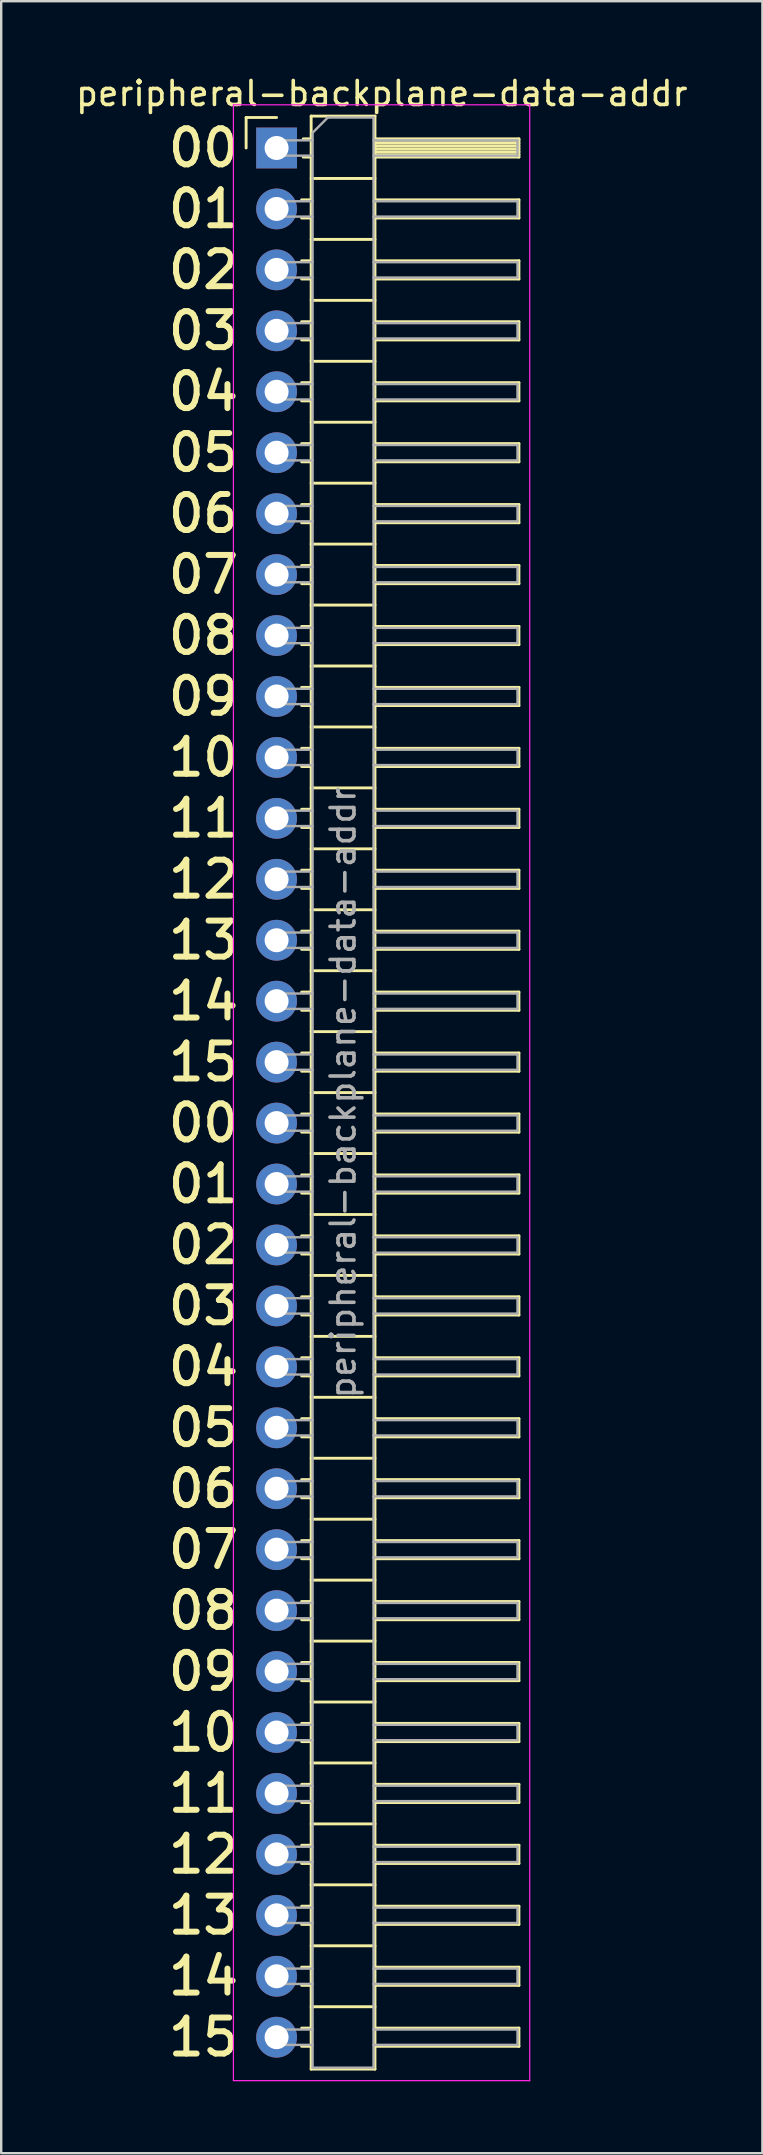
<source format=kicad_pcb>
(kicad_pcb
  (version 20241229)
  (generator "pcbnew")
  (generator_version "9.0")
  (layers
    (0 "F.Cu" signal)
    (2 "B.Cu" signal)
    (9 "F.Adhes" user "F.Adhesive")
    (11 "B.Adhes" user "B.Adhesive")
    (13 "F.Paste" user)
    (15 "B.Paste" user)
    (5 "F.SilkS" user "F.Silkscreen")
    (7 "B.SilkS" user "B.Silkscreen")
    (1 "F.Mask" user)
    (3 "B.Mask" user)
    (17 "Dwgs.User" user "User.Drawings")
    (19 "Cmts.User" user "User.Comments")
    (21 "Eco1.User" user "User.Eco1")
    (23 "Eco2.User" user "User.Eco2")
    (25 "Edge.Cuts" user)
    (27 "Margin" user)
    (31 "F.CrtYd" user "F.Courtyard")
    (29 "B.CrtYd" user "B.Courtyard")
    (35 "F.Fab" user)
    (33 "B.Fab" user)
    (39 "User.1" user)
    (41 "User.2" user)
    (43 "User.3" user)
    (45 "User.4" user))
  (footprint "peripheral-backplane-data-addr"
    (layer "F.Cu")
    (at 8.478 3.118)
    (property "Reference" "peripheral-backplane-data-addr" (at 4.385 -2.27 0) (layer "F.SilkS") (effects (font (size 1 1) (thickness 0.15))))
    (attr through_hole)
    (fp_line (start -1.27 -1.27) (end 0 -1.27) (stroke (width 0.12) (type solid)) (layer "F.SilkS"))
    (fp_line (start -1.27 0) (end -1.27 -1.27) (stroke (width 0.12) (type solid)) (layer "F.SilkS"))
    (fp_line (start 1.043 2.16) (end 1.44 2.16) (stroke (width 0.12) (type solid)) (layer "F.SilkS"))
    (fp_line (start 1.043 2.92) (end 1.44 2.92) (stroke (width 0.12) (type solid)) (layer "F.SilkS"))
    (fp_line (start 1.043 4.7) (end 1.44 4.7) (stroke (width 0.12) (type solid)) (layer "F.SilkS"))
    (fp_line (start 1.043 5.46) (end 1.44 5.46) (stroke (width 0.12) (type solid)) (layer "F.SilkS"))
    (fp_line (start 1.043 7.24) (end 1.44 7.24) (stroke (width 0.12) (type solid)) (layer "F.SilkS"))
    (fp_line (start 1.043 8) (end 1.44 8) (stroke (width 0.12) (type solid)) (layer "F.SilkS"))
    (fp_line (start 1.043 9.78) (end 1.44 9.78) (stroke (width 0.12) (type solid)) (layer "F.SilkS"))
    (fp_line (start 1.043 10.54) (end 1.44 10.54) (stroke (width 0.12) (type solid)) (layer "F.SilkS"))
    (fp_line (start 1.043 12.32) (end 1.44 12.32) (stroke (width 0.12) (type solid)) (layer "F.SilkS"))
    (fp_line (start 1.043 13.08) (end 1.44 13.08) (stroke (width 0.12) (type solid)) (layer "F.SilkS"))
    (fp_line (start 1.043 14.86) (end 1.44 14.86) (stroke (width 0.12) (type solid)) (layer "F.SilkS"))
    (fp_line (start 1.043 15.62) (end 1.44 15.62) (stroke (width 0.12) (type solid)) (layer "F.SilkS"))
    (fp_line (start 1.043 17.4) (end 1.44 17.4) (stroke (width 0.12) (type solid)) (layer "F.SilkS"))
    (fp_line (start 1.043 18.16) (end 1.44 18.16) (stroke (width 0.12) (type solid)) (layer "F.SilkS"))
    (fp_line (start 1.043 19.94) (end 1.44 19.94) (stroke (width 0.12) (type solid)) (layer "F.SilkS"))
    (fp_line (start 1.043 20.7) (end 1.44 20.7) (stroke (width 0.12) (type solid)) (layer "F.SilkS"))
    (fp_line (start 1.043 22.48) (end 1.44 22.48) (stroke (width 0.12) (type solid)) (layer "F.SilkS"))
    (fp_line (start 1.043 23.24) (end 1.44 23.24) (stroke (width 0.12) (type solid)) (layer "F.SilkS"))
    (fp_line (start 1.043 25.02) (end 1.44 25.02) (stroke (width 0.12) (type solid)) (layer "F.SilkS"))
    (fp_line (start 1.043 25.78) (end 1.44 25.78) (stroke (width 0.12) (type solid)) (layer "F.SilkS"))
    (fp_line (start 1.043 27.56) (end 1.44 27.56) (stroke (width 0.12) (type solid)) (layer "F.SilkS"))
    (fp_line (start 1.043 28.32) (end 1.44 28.32) (stroke (width 0.12) (type solid)) (layer "F.SilkS"))
    (fp_line (start 1.043 30.1) (end 1.44 30.1) (stroke (width 0.12) (type solid)) (layer "F.SilkS"))
    (fp_line (start 1.043 30.86) (end 1.44 30.86) (stroke (width 0.12) (type solid)) (layer "F.SilkS"))
    (fp_line (start 1.043 32.64) (end 1.44 32.64) (stroke (width 0.12) (type solid)) (layer "F.SilkS"))
    (fp_line (start 1.043 33.4) (end 1.44 33.4) (stroke (width 0.12) (type solid)) (layer "F.SilkS"))
    (fp_line (start 1.043 35.18) (end 1.44 35.18) (stroke (width 0.12) (type solid)) (layer "F.SilkS"))
    (fp_line (start 1.043 35.94) (end 1.44 35.94) (stroke (width 0.12) (type solid)) (layer "F.SilkS"))
    (fp_line (start 1.043 37.72) (end 1.44 37.72) (stroke (width 0.12) (type solid)) (layer "F.SilkS"))
    (fp_line (start 1.043 38.48) (end 1.44 38.48) (stroke (width 0.12) (type solid)) (layer "F.SilkS"))
    (fp_line (start 1.043 40.26) (end 1.44 40.26) (stroke (width 0.12) (type solid)) (layer "F.SilkS"))
    (fp_line (start 1.043 41.02) (end 1.44 41.02) (stroke (width 0.12) (type solid)) (layer "F.SilkS"))
    (fp_line (start 1.043 42.8) (end 1.44 42.8) (stroke (width 0.12) (type solid)) (layer "F.SilkS"))
    (fp_line (start 1.043 43.56) (end 1.44 43.56) (stroke (width 0.12) (type solid)) (layer "F.SilkS"))
    (fp_line (start 1.043 45.34) (end 1.44 45.34) (stroke (width 0.12) (type solid)) (layer "F.SilkS"))
    (fp_line (start 1.043 46.1) (end 1.44 46.1) (stroke (width 0.12) (type solid)) (layer "F.SilkS"))
    (fp_line (start 1.043 47.88) (end 1.44 47.88) (stroke (width 0.12) (type solid)) (layer "F.SilkS"))
    (fp_line (start 1.043 48.64) (end 1.44 48.64) (stroke (width 0.12) (type solid)) (layer "F.SilkS"))
    (fp_line (start 1.043 50.42) (end 1.44 50.42) (stroke (width 0.12) (type solid)) (layer "F.SilkS"))
    (fp_line (start 1.043 51.18) (end 1.44 51.18) (stroke (width 0.12) (type solid)) (layer "F.SilkS"))
    (fp_line (start 1.043 52.96) (end 1.44 52.96) (stroke (width 0.12) (type solid)) (layer "F.SilkS"))
    (fp_line (start 1.043 53.72) (end 1.44 53.72) (stroke (width 0.12) (type solid)) (layer "F.SilkS"))
    (fp_line (start 1.043 55.5) (end 1.44 55.5) (stroke (width 0.12) (type solid)) (layer "F.SilkS"))
    (fp_line (start 1.043 56.26) (end 1.44 56.26) (stroke (width 0.12) (type solid)) (layer "F.SilkS"))
    (fp_line (start 1.043 58.04) (end 1.44 58.04) (stroke (width 0.12) (type solid)) (layer "F.SilkS"))
    (fp_line (start 1.043 58.8) (end 1.44 58.8) (stroke (width 0.12) (type solid)) (layer "F.SilkS"))
    (fp_line (start 1.043 60.58) (end 1.44 60.58) (stroke (width 0.12) (type solid)) (layer "F.SilkS"))
    (fp_line (start 1.043 61.34) (end 1.44 61.34) (stroke (width 0.12) (type solid)) (layer "F.SilkS"))
    (fp_line (start 1.043 63.12) (end 1.44 63.12) (stroke (width 0.12) (type solid)) (layer "F.SilkS"))
    (fp_line (start 1.043 63.88) (end 1.44 63.88) (stroke (width 0.12) (type solid)) (layer "F.SilkS"))
    (fp_line (start 1.043 65.66) (end 1.44 65.66) (stroke (width 0.12) (type solid)) (layer "F.SilkS"))
    (fp_line (start 1.043 66.42) (end 1.44 66.42) (stroke (width 0.12) (type solid)) (layer "F.SilkS"))
    (fp_line (start 1.043 68.2) (end 1.44 68.2) (stroke (width 0.12) (type solid)) (layer "F.SilkS"))
    (fp_line (start 1.043 68.96) (end 1.44 68.96) (stroke (width 0.12) (type solid)) (layer "F.SilkS"))
    (fp_line (start 1.043 70.74) (end 1.44 70.74) (stroke (width 0.12) (type solid)) (layer "F.SilkS"))
    (fp_line (start 1.043 71.5) (end 1.44 71.5) (stroke (width 0.12) (type solid)) (layer "F.SilkS"))
    (fp_line (start 1.043 73.28) (end 1.44 73.28) (stroke (width 0.12) (type solid)) (layer "F.SilkS"))
    (fp_line (start 1.043 74.04) (end 1.44 74.04) (stroke (width 0.12) (type solid)) (layer "F.SilkS"))
    (fp_line (start 1.043 75.82) (end 1.44 75.82) (stroke (width 0.12) (type solid)) (layer "F.SilkS"))
    (fp_line (start 1.043 76.58) (end 1.44 76.58) (stroke (width 0.12) (type solid)) (layer "F.SilkS"))
    (fp_line (start 1.043 78.36) (end 1.44 78.36) (stroke (width 0.12) (type solid)) (layer "F.SilkS"))
    (fp_line (start 1.043 79.12) (end 1.44 79.12) (stroke (width 0.12) (type solid)) (layer "F.SilkS"))
    (fp_line (start 1.11 -0.38) (end 1.44 -0.38) (stroke (width 0.12) (type solid)) (layer "F.SilkS"))
    (fp_line (start 1.11 0.38) (end 1.44 0.38) (stroke (width 0.12) (type solid)) (layer "F.SilkS"))
    (fp_line (start 1.44 -1.33) (end 1.44 80.07) (stroke (width 0.12) (type solid)) (layer "F.SilkS"))
    (fp_line (start 1.44 1.27) (end 4.1 1.27) (stroke (width 0.12) (type solid)) (layer "F.SilkS"))
    (fp_line (start 1.44 3.81) (end 4.1 3.81) (stroke (width 0.12) (type solid)) (layer "F.SilkS"))
    (fp_line (start 1.44 6.35) (end 4.1 6.35) (stroke (width 0.12) (type solid)) (layer "F.SilkS"))
    (fp_line (start 1.44 8.89) (end 4.1 8.89) (stroke (width 0.12) (type solid)) (layer "F.SilkS"))
    (fp_line (start 1.44 11.43) (end 4.1 11.43) (stroke (width 0.12) (type solid)) (layer "F.SilkS"))
    (fp_line (start 1.44 13.97) (end 4.1 13.97) (stroke (width 0.12) (type solid)) (layer "F.SilkS"))
    (fp_line (start 1.44 16.51) (end 4.1 16.51) (stroke (width 0.12) (type solid)) (layer "F.SilkS"))
    (fp_line (start 1.44 19.05) (end 4.1 19.05) (stroke (width 0.12) (type solid)) (layer "F.SilkS"))
    (fp_line (start 1.44 21.59) (end 4.1 21.59) (stroke (width 0.12) (type solid)) (layer "F.SilkS"))
    (fp_line (start 1.44 24.13) (end 4.1 24.13) (stroke (width 0.12) (type solid)) (layer "F.SilkS"))
    (fp_line (start 1.44 26.67) (end 4.1 26.67) (stroke (width 0.12) (type solid)) (layer "F.SilkS"))
    (fp_line (start 1.44 29.21) (end 4.1 29.21) (stroke (width 0.12) (type solid)) (layer "F.SilkS"))
    (fp_line (start 1.44 31.75) (end 4.1 31.75) (stroke (width 0.12) (type solid)) (layer "F.SilkS"))
    (fp_line (start 1.44 34.29) (end 4.1 34.29) (stroke (width 0.12) (type solid)) (layer "F.SilkS"))
    (fp_line (start 1.44 36.83) (end 4.1 36.83) (stroke (width 0.12) (type solid)) (layer "F.SilkS"))
    (fp_line (start 1.44 39.37) (end 4.1 39.37) (stroke (width 0.12) (type solid)) (layer "F.SilkS"))
    (fp_line (start 1.44 41.91) (end 4.1 41.91) (stroke (width 0.12) (type solid)) (layer "F.SilkS"))
    (fp_line (start 1.44 44.45) (end 4.1 44.45) (stroke (width 0.12) (type solid)) (layer "F.SilkS"))
    (fp_line (start 1.44 46.99) (end 4.1 46.99) (stroke (width 0.12) (type solid)) (layer "F.SilkS"))
    (fp_line (start 1.44 49.53) (end 4.1 49.53) (stroke (width 0.12) (type solid)) (layer "F.SilkS"))
    (fp_line (start 1.44 52.07) (end 4.1 52.07) (stroke (width 0.12) (type solid)) (layer "F.SilkS"))
    (fp_line (start 1.44 54.61) (end 4.1 54.61) (stroke (width 0.12) (type solid)) (layer "F.SilkS"))
    (fp_line (start 1.44 57.15) (end 4.1 57.15) (stroke (width 0.12) (type solid)) (layer "F.SilkS"))
    (fp_line (start 1.44 59.69) (end 4.1 59.69) (stroke (width 0.12) (type solid)) (layer "F.SilkS"))
    (fp_line (start 1.44 62.23) (end 4.1 62.23) (stroke (width 0.12) (type solid)) (layer "F.SilkS"))
    (fp_line (start 1.44 64.77) (end 4.1 64.77) (stroke (width 0.12) (type solid)) (layer "F.SilkS"))
    (fp_line (start 1.44 67.31) (end 4.1 67.31) (stroke (width 0.12) (type solid)) (layer "F.SilkS"))
    (fp_line (start 1.44 69.85) (end 4.1 69.85) (stroke (width 0.12) (type solid)) (layer "F.SilkS"))
    (fp_line (start 1.44 72.39) (end 4.1 72.39) (stroke (width 0.12) (type solid)) (layer "F.SilkS"))
    (fp_line (start 1.44 74.93) (end 4.1 74.93) (stroke (width 0.12) (type solid)) (layer "F.SilkS"))
    (fp_line (start 1.44 77.47) (end 4.1 77.47) (stroke (width 0.12) (type solid)) (layer "F.SilkS"))
    (fp_line (start 1.44 80.07) (end 4.1 80.07) (stroke (width 0.12) (type solid)) (layer "F.SilkS"))
    (fp_line (start 4.1 -1.33) (end 1.44 -1.33) (stroke (width 0.12) (type solid)) (layer "F.SilkS"))
    (fp_line (start 4.1 -0.38) (end 10.1 -0.38) (stroke (width 0.12) (type solid)) (layer "F.SilkS"))
    (fp_line (start 4.1 -0.32) (end 10.1 -0.32) (stroke (width 0.12) (type solid)) (layer "F.SilkS"))
    (fp_line (start 4.1 -0.2) (end 10.1 -0.2) (stroke (width 0.12) (type solid)) (layer "F.SilkS"))
    (fp_line (start 4.1 -0.08) (end 10.1 -0.08) (stroke (width 0.12) (type solid)) (layer "F.SilkS"))
    (fp_line (start 4.1 0.04) (end 10.1 0.04) (stroke (width 0.12) (type solid)) (layer "F.SilkS"))
    (fp_line (start 4.1 0.16) (end 10.1 0.16) (stroke (width 0.12) (type solid)) (layer "F.SilkS"))
    (fp_line (start 4.1 0.28) (end 10.1 0.28) (stroke (width 0.12) (type solid)) (layer "F.SilkS"))
    (fp_line (start 4.1 2.16) (end 10.1 2.16) (stroke (width 0.12) (type solid)) (layer "F.SilkS"))
    (fp_line (start 4.1 4.7) (end 10.1 4.7) (stroke (width 0.12) (type solid)) (layer "F.SilkS"))
    (fp_line (start 4.1 7.24) (end 10.1 7.24) (stroke (width 0.12) (type solid)) (layer "F.SilkS"))
    (fp_line (start 4.1 9.78) (end 10.1 9.78) (stroke (width 0.12) (type solid)) (layer "F.SilkS"))
    (fp_line (start 4.1 12.32) (end 10.1 12.32) (stroke (width 0.12) (type solid)) (layer "F.SilkS"))
    (fp_line (start 4.1 14.86) (end 10.1 14.86) (stroke (width 0.12) (type solid)) (layer "F.SilkS"))
    (fp_line (start 4.1 17.4) (end 10.1 17.4) (stroke (width 0.12) (type solid)) (layer "F.SilkS"))
    (fp_line (start 4.1 19.94) (end 10.1 19.94) (stroke (width 0.12) (type solid)) (layer "F.SilkS"))
    (fp_line (start 4.1 22.48) (end 10.1 22.48) (stroke (width 0.12) (type solid)) (layer "F.SilkS"))
    (fp_line (start 4.1 25.02) (end 10.1 25.02) (stroke (width 0.12) (type solid)) (layer "F.SilkS"))
    (fp_line (start 4.1 27.56) (end 10.1 27.56) (stroke (width 0.12) (type solid)) (layer "F.SilkS"))
    (fp_line (start 4.1 30.1) (end 10.1 30.1) (stroke (width 0.12) (type solid)) (layer "F.SilkS"))
    (fp_line (start 4.1 32.64) (end 10.1 32.64) (stroke (width 0.12) (type solid)) (layer "F.SilkS"))
    (fp_line (start 4.1 35.18) (end 10.1 35.18) (stroke (width 0.12) (type solid)) (layer "F.SilkS"))
    (fp_line (start 4.1 37.72) (end 10.1 37.72) (stroke (width 0.12) (type solid)) (layer "F.SilkS"))
    (fp_line (start 4.1 40.26) (end 10.1 40.26) (stroke (width 0.12) (type solid)) (layer "F.SilkS"))
    (fp_line (start 4.1 42.8) (end 10.1 42.8) (stroke (width 0.12) (type solid)) (layer "F.SilkS"))
    (fp_line (start 4.1 45.34) (end 10.1 45.34) (stroke (width 0.12) (type solid)) (layer "F.SilkS"))
    (fp_line (start 4.1 47.88) (end 10.1 47.88) (stroke (width 0.12) (type solid)) (layer "F.SilkS"))
    (fp_line (start 4.1 50.42) (end 10.1 50.42) (stroke (width 0.12) (type solid)) (layer "F.SilkS"))
    (fp_line (start 4.1 52.96) (end 10.1 52.96) (stroke (width 0.12) (type solid)) (layer "F.SilkS"))
    (fp_line (start 4.1 55.5) (end 10.1 55.5) (stroke (width 0.12) (type solid)) (layer "F.SilkS"))
    (fp_line (start 4.1 58.04) (end 10.1 58.04) (stroke (width 0.12) (type solid)) (layer "F.SilkS"))
    (fp_line (start 4.1 60.58) (end 10.1 60.58) (stroke (width 0.12) (type solid)) (layer "F.SilkS"))
    (fp_line (start 4.1 63.12) (end 10.1 63.12) (stroke (width 0.12) (type solid)) (layer "F.SilkS"))
    (fp_line (start 4.1 65.66) (end 10.1 65.66) (stroke (width 0.12) (type solid)) (layer "F.SilkS"))
    (fp_line (start 4.1 68.2) (end 10.1 68.2) (stroke (width 0.12) (type solid)) (layer "F.SilkS"))
    (fp_line (start 4.1 70.74) (end 10.1 70.74) (stroke (width 0.12) (type solid)) (layer "F.SilkS"))
    (fp_line (start 4.1 73.28) (end 10.1 73.28) (stroke (width 0.12) (type solid)) (layer "F.SilkS"))
    (fp_line (start 4.1 75.82) (end 10.1 75.82) (stroke (width 0.12) (type solid)) (layer "F.SilkS"))
    (fp_line (start 4.1 78.36) (end 10.1 78.36) (stroke (width 0.12) (type solid)) (layer "F.SilkS"))
    (fp_line (start 4.1 80.07) (end 4.1 -1.33) (stroke (width 0.12) (type solid)) (layer "F.SilkS"))
    (fp_line (start 10.1 -0.38) (end 10.1 0.38) (stroke (width 0.12) (type solid)) (layer "F.SilkS"))
    (fp_line (start 10.1 0.38) (end 4.1 0.38) (stroke (width 0.12) (type solid)) (layer "F.SilkS"))
    (fp_line (start 10.1 2.16) (end 10.1 2.92) (stroke (width 0.12) (type solid)) (layer "F.SilkS"))
    (fp_line (start 10.1 2.92) (end 4.1 2.92) (stroke (width 0.12) (type solid)) (layer "F.SilkS"))
    (fp_line (start 10.1 4.7) (end 10.1 5.46) (stroke (width 0.12) (type solid)) (layer "F.SilkS"))
    (fp_line (start 10.1 5.46) (end 4.1 5.46) (stroke (width 0.12) (type solid)) (layer "F.SilkS"))
    (fp_line (start 10.1 7.24) (end 10.1 8) (stroke (width 0.12) (type solid)) (layer "F.SilkS"))
    (fp_line (start 10.1 8) (end 4.1 8) (stroke (width 0.12) (type solid)) (layer "F.SilkS"))
    (fp_line (start 10.1 9.78) (end 10.1 10.54) (stroke (width 0.12) (type solid)) (layer "F.SilkS"))
    (fp_line (start 10.1 10.54) (end 4.1 10.54) (stroke (width 0.12) (type solid)) (layer "F.SilkS"))
    (fp_line (start 10.1 12.32) (end 10.1 13.08) (stroke (width 0.12) (type solid)) (layer "F.SilkS"))
    (fp_line (start 10.1 13.08) (end 4.1 13.08) (stroke (width 0.12) (type solid)) (layer "F.SilkS"))
    (fp_line (start 10.1 14.86) (end 10.1 15.62) (stroke (width 0.12) (type solid)) (layer "F.SilkS"))
    (fp_line (start 10.1 15.62) (end 4.1 15.62) (stroke (width 0.12) (type solid)) (layer "F.SilkS"))
    (fp_line (start 10.1 17.4) (end 10.1 18.16) (stroke (width 0.12) (type solid)) (layer "F.SilkS"))
    (fp_line (start 10.1 18.16) (end 4.1 18.16) (stroke (width 0.12) (type solid)) (layer "F.SilkS"))
    (fp_line (start 10.1 19.94) (end 10.1 20.7) (stroke (width 0.12) (type solid)) (layer "F.SilkS"))
    (fp_line (start 10.1 20.7) (end 4.1 20.7) (stroke (width 0.12) (type solid)) (layer "F.SilkS"))
    (fp_line (start 10.1 22.48) (end 10.1 23.24) (stroke (width 0.12) (type solid)) (layer "F.SilkS"))
    (fp_line (start 10.1 23.24) (end 4.1 23.24) (stroke (width 0.12) (type solid)) (layer "F.SilkS"))
    (fp_line (start 10.1 25.02) (end 10.1 25.78) (stroke (width 0.12) (type solid)) (layer "F.SilkS"))
    (fp_line (start 10.1 25.78) (end 4.1 25.78) (stroke (width 0.12) (type solid)) (layer "F.SilkS"))
    (fp_line (start 10.1 27.56) (end 10.1 28.32) (stroke (width 0.12) (type solid)) (layer "F.SilkS"))
    (fp_line (start 10.1 28.32) (end 4.1 28.32) (stroke (width 0.12) (type solid)) (layer "F.SilkS"))
    (fp_line (start 10.1 30.1) (end 10.1 30.86) (stroke (width 0.12) (type solid)) (layer "F.SilkS"))
    (fp_line (start 10.1 30.86) (end 4.1 30.86) (stroke (width 0.12) (type solid)) (layer "F.SilkS"))
    (fp_line (start 10.1 32.64) (end 10.1 33.4) (stroke (width 0.12) (type solid)) (layer "F.SilkS"))
    (fp_line (start 10.1 33.4) (end 4.1 33.4) (stroke (width 0.12) (type solid)) (layer "F.SilkS"))
    (fp_line (start 10.1 35.18) (end 10.1 35.94) (stroke (width 0.12) (type solid)) (layer "F.SilkS"))
    (fp_line (start 10.1 35.94) (end 4.1 35.94) (stroke (width 0.12) (type solid)) (layer "F.SilkS"))
    (fp_line (start 10.1 37.72) (end 10.1 38.48) (stroke (width 0.12) (type solid)) (layer "F.SilkS"))
    (fp_line (start 10.1 38.48) (end 4.1 38.48) (stroke (width 0.12) (type solid)) (layer "F.SilkS"))
    (fp_line (start 10.1 40.26) (end 10.1 41.02) (stroke (width 0.12) (type solid)) (layer "F.SilkS"))
    (fp_line (start 10.1 41.02) (end 4.1 41.02) (stroke (width 0.12) (type solid)) (layer "F.SilkS"))
    (fp_line (start 10.1 42.8) (end 10.1 43.56) (stroke (width 0.12) (type solid)) (layer "F.SilkS"))
    (fp_line (start 10.1 43.56) (end 4.1 43.56) (stroke (width 0.12) (type solid)) (layer "F.SilkS"))
    (fp_line (start 10.1 45.34) (end 10.1 46.1) (stroke (width 0.12) (type solid)) (layer "F.SilkS"))
    (fp_line (start 10.1 46.1) (end 4.1 46.1) (stroke (width 0.12) (type solid)) (layer "F.SilkS"))
    (fp_line (start 10.1 47.88) (end 10.1 48.64) (stroke (width 0.12) (type solid)) (layer "F.SilkS"))
    (fp_line (start 10.1 48.64) (end 4.1 48.64) (stroke (width 0.12) (type solid)) (layer "F.SilkS"))
    (fp_line (start 10.1 50.42) (end 10.1 51.18) (stroke (width 0.12) (type solid)) (layer "F.SilkS"))
    (fp_line (start 10.1 51.18) (end 4.1 51.18) (stroke (width 0.12) (type solid)) (layer "F.SilkS"))
    (fp_line (start 10.1 52.96) (end 10.1 53.72) (stroke (width 0.12) (type solid)) (layer "F.SilkS"))
    (fp_line (start 10.1 53.72) (end 4.1 53.72) (stroke (width 0.12) (type solid)) (layer "F.SilkS"))
    (fp_line (start 10.1 55.5) (end 10.1 56.26) (stroke (width 0.12) (type solid)) (layer "F.SilkS"))
    (fp_line (start 10.1 56.26) (end 4.1 56.26) (stroke (width 0.12) (type solid)) (layer "F.SilkS"))
    (fp_line (start 10.1 58.04) (end 10.1 58.8) (stroke (width 0.12) (type solid)) (layer "F.SilkS"))
    (fp_line (start 10.1 58.8) (end 4.1 58.8) (stroke (width 0.12) (type solid)) (layer "F.SilkS"))
    (fp_line (start 10.1 60.58) (end 10.1 61.34) (stroke (width 0.12) (type solid)) (layer "F.SilkS"))
    (fp_line (start 10.1 61.34) (end 4.1 61.34) (stroke (width 0.12) (type solid)) (layer "F.SilkS"))
    (fp_line (start 10.1 63.12) (end 10.1 63.88) (stroke (width 0.12) (type solid)) (layer "F.SilkS"))
    (fp_line (start 10.1 63.88) (end 4.1 63.88) (stroke (width 0.12) (type solid)) (layer "F.SilkS"))
    (fp_line (start 10.1 65.66) (end 10.1 66.42) (stroke (width 0.12) (type solid)) (layer "F.SilkS"))
    (fp_line (start 10.1 66.42) (end 4.1 66.42) (stroke (width 0.12) (type solid)) (layer "F.SilkS"))
    (fp_line (start 10.1 68.2) (end 10.1 68.96) (stroke (width 0.12) (type solid)) (layer "F.SilkS"))
    (fp_line (start 10.1 68.96) (end 4.1 68.96) (stroke (width 0.12) (type solid)) (layer "F.SilkS"))
    (fp_line (start 10.1 70.74) (end 10.1 71.5) (stroke (width 0.12) (type solid)) (layer "F.SilkS"))
    (fp_line (start 10.1 71.5) (end 4.1 71.5) (stroke (width 0.12) (type solid)) (layer "F.SilkS"))
    (fp_line (start 10.1 73.28) (end 10.1 74.04) (stroke (width 0.12) (type solid)) (layer "F.SilkS"))
    (fp_line (start 10.1 74.04) (end 4.1 74.04) (stroke (width 0.12) (type solid)) (layer "F.SilkS"))
    (fp_line (start 10.1 75.82) (end 10.1 76.58) (stroke (width 0.12) (type solid)) (layer "F.SilkS"))
    (fp_line (start 10.1 76.58) (end 4.1 76.58) (stroke (width 0.12) (type solid)) (layer "F.SilkS"))
    (fp_line (start 10.1 78.36) (end 10.1 79.12) (stroke (width 0.12) (type solid)) (layer "F.SilkS"))
    (fp_line (start 10.1 79.12) (end 4.1 79.12) (stroke (width 0.12) (type solid)) (layer "F.SilkS"))
    (fp_line (start -1.8 -1.8) (end -1.8 80.55) (stroke (width 0.05) (type solid)) (layer "F.CrtYd"))
    (fp_line (start -1.8 80.55) (end 10.55 80.55) (stroke (width 0.05) (type solid)) (layer "F.CrtYd"))
    (fp_line (start 10.55 -1.8) (end -1.8 -1.8) (stroke (width 0.05) (type solid)) (layer "F.CrtYd"))
    (fp_line (start 10.55 80.55) (end 10.55 -1.8) (stroke (width 0.05) (type solid)) (layer "F.CrtYd"))
    (fp_line (start -0.32 -0.32) (end -0.32 0.32) (stroke (width 0.1) (type solid)) (layer "F.Fab"))
    (fp_line (start -0.32 -0.32) (end 1.5 -0.32) (stroke (width 0.1) (type solid)) (layer "F.Fab"))
    (fp_line (start -0.32 0.32) (end 1.5 0.32) (stroke (width 0.1) (type solid)) (layer "F.Fab"))
    (fp_line (start -0.32 2.22) (end -0.32 2.86) (stroke (width 0.1) (type solid)) (layer "F.Fab"))
    (fp_line (start -0.32 2.22) (end 1.5 2.22) (stroke (width 0.1) (type solid)) (layer "F.Fab"))
    (fp_line (start -0.32 2.86) (end 1.5 2.86) (stroke (width 0.1) (type solid)) (layer "F.Fab"))
    (fp_line (start -0.32 4.76) (end -0.32 5.4) (stroke (width 0.1) (type solid)) (layer "F.Fab"))
    (fp_line (start -0.32 4.76) (end 1.5 4.76) (stroke (width 0.1) (type solid)) (layer "F.Fab"))
    (fp_line (start -0.32 5.4) (end 1.5 5.4) (stroke (width 0.1) (type solid)) (layer "F.Fab"))
    (fp_line (start -0.32 7.3) (end -0.32 7.94) (stroke (width 0.1) (type solid)) (layer "F.Fab"))
    (fp_line (start -0.32 7.3) (end 1.5 7.3) (stroke (width 0.1) (type solid)) (layer "F.Fab"))
    (fp_line (start -0.32 7.94) (end 1.5 7.94) (stroke (width 0.1) (type solid)) (layer "F.Fab"))
    (fp_line (start -0.32 9.84) (end -0.32 10.48) (stroke (width 0.1) (type solid)) (layer "F.Fab"))
    (fp_line (start -0.32 9.84) (end 1.5 9.84) (stroke (width 0.1) (type solid)) (layer "F.Fab"))
    (fp_line (start -0.32 10.48) (end 1.5 10.48) (stroke (width 0.1) (type solid)) (layer "F.Fab"))
    (fp_line (start -0.32 12.38) (end -0.32 13.02) (stroke (width 0.1) (type solid)) (layer "F.Fab"))
    (fp_line (start -0.32 12.38) (end 1.5 12.38) (stroke (width 0.1) (type solid)) (layer "F.Fab"))
    (fp_line (start -0.32 13.02) (end 1.5 13.02) (stroke (width 0.1) (type solid)) (layer "F.Fab"))
    (fp_line (start -0.32 14.92) (end -0.32 15.56) (stroke (width 0.1) (type solid)) (layer "F.Fab"))
    (fp_line (start -0.32 14.92) (end 1.5 14.92) (stroke (width 0.1) (type solid)) (layer "F.Fab"))
    (fp_line (start -0.32 15.56) (end 1.5 15.56) (stroke (width 0.1) (type solid)) (layer "F.Fab"))
    (fp_line (start -0.32 17.46) (end -0.32 18.1) (stroke (width 0.1) (type solid)) (layer "F.Fab"))
    (fp_line (start -0.32 17.46) (end 1.5 17.46) (stroke (width 0.1) (type solid)) (layer "F.Fab"))
    (fp_line (start -0.32 18.1) (end 1.5 18.1) (stroke (width 0.1) (type solid)) (layer "F.Fab"))
    (fp_line (start -0.32 20) (end -0.32 20.64) (stroke (width 0.1) (type solid)) (layer "F.Fab"))
    (fp_line (start -0.32 20) (end 1.5 20) (stroke (width 0.1) (type solid)) (layer "F.Fab"))
    (fp_line (start -0.32 20.64) (end 1.5 20.64) (stroke (width 0.1) (type solid)) (layer "F.Fab"))
    (fp_line (start -0.32 22.54) (end -0.32 23.18) (stroke (width 0.1) (type solid)) (layer "F.Fab"))
    (fp_line (start -0.32 22.54) (end 1.5 22.54) (stroke (width 0.1) (type solid)) (layer "F.Fab"))
    (fp_line (start -0.32 23.18) (end 1.5 23.18) (stroke (width 0.1) (type solid)) (layer "F.Fab"))
    (fp_line (start -0.32 25.08) (end -0.32 25.72) (stroke (width 0.1) (type solid)) (layer "F.Fab"))
    (fp_line (start -0.32 25.08) (end 1.5 25.08) (stroke (width 0.1) (type solid)) (layer "F.Fab"))
    (fp_line (start -0.32 25.72) (end 1.5 25.72) (stroke (width 0.1) (type solid)) (layer "F.Fab"))
    (fp_line (start -0.32 27.62) (end -0.32 28.26) (stroke (width 0.1) (type solid)) (layer "F.Fab"))
    (fp_line (start -0.32 27.62) (end 1.5 27.62) (stroke (width 0.1) (type solid)) (layer "F.Fab"))
    (fp_line (start -0.32 28.26) (end 1.5 28.26) (stroke (width 0.1) (type solid)) (layer "F.Fab"))
    (fp_line (start -0.32 30.16) (end -0.32 30.8) (stroke (width 0.1) (type solid)) (layer "F.Fab"))
    (fp_line (start -0.32 30.16) (end 1.5 30.16) (stroke (width 0.1) (type solid)) (layer "F.Fab"))
    (fp_line (start -0.32 30.8) (end 1.5 30.8) (stroke (width 0.1) (type solid)) (layer "F.Fab"))
    (fp_line (start -0.32 32.7) (end -0.32 33.34) (stroke (width 0.1) (type solid)) (layer "F.Fab"))
    (fp_line (start -0.32 32.7) (end 1.5 32.7) (stroke (width 0.1) (type solid)) (layer "F.Fab"))
    (fp_line (start -0.32 33.34) (end 1.5 33.34) (stroke (width 0.1) (type solid)) (layer "F.Fab"))
    (fp_line (start -0.32 35.24) (end -0.32 35.88) (stroke (width 0.1) (type solid)) (layer "F.Fab"))
    (fp_line (start -0.32 35.24) (end 1.5 35.24) (stroke (width 0.1) (type solid)) (layer "F.Fab"))
    (fp_line (start -0.32 35.88) (end 1.5 35.88) (stroke (width 0.1) (type solid)) (layer "F.Fab"))
    (fp_line (start -0.32 37.78) (end -0.32 38.42) (stroke (width 0.1) (type solid)) (layer "F.Fab"))
    (fp_line (start -0.32 37.78) (end 1.5 37.78) (stroke (width 0.1) (type solid)) (layer "F.Fab"))
    (fp_line (start -0.32 38.42) (end 1.5 38.42) (stroke (width 0.1) (type solid)) (layer "F.Fab"))
    (fp_line (start -0.32 40.32) (end -0.32 40.96) (stroke (width 0.1) (type solid)) (layer "F.Fab"))
    (fp_line (start -0.32 40.32) (end 1.5 40.32) (stroke (width 0.1) (type solid)) (layer "F.Fab"))
    (fp_line (start -0.32 40.96) (end 1.5 40.96) (stroke (width 0.1) (type solid)) (layer "F.Fab"))
    (fp_line (start -0.32 42.86) (end -0.32 43.5) (stroke (width 0.1) (type solid)) (layer "F.Fab"))
    (fp_line (start -0.32 42.86) (end 1.5 42.86) (stroke (width 0.1) (type solid)) (layer "F.Fab"))
    (fp_line (start -0.32 43.5) (end 1.5 43.5) (stroke (width 0.1) (type solid)) (layer "F.Fab"))
    (fp_line (start -0.32 45.4) (end -0.32 46.04) (stroke (width 0.1) (type solid)) (layer "F.Fab"))
    (fp_line (start -0.32 45.4) (end 1.5 45.4) (stroke (width 0.1) (type solid)) (layer "F.Fab"))
    (fp_line (start -0.32 46.04) (end 1.5 46.04) (stroke (width 0.1) (type solid)) (layer "F.Fab"))
    (fp_line (start -0.32 47.94) (end -0.32 48.58) (stroke (width 0.1) (type solid)) (layer "F.Fab"))
    (fp_line (start -0.32 47.94) (end 1.5 47.94) (stroke (width 0.1) (type solid)) (layer "F.Fab"))
    (fp_line (start -0.32 48.58) (end 1.5 48.58) (stroke (width 0.1) (type solid)) (layer "F.Fab"))
    (fp_line (start -0.32 50.48) (end -0.32 51.12) (stroke (width 0.1) (type solid)) (layer "F.Fab"))
    (fp_line (start -0.32 50.48) (end 1.5 50.48) (stroke (width 0.1) (type solid)) (layer "F.Fab"))
    (fp_line (start -0.32 51.12) (end 1.5 51.12) (stroke (width 0.1) (type solid)) (layer "F.Fab"))
    (fp_line (start -0.32 53.02) (end -0.32 53.66) (stroke (width 0.1) (type solid)) (layer "F.Fab"))
    (fp_line (start -0.32 53.02) (end 1.5 53.02) (stroke (width 0.1) (type solid)) (layer "F.Fab"))
    (fp_line (start -0.32 53.66) (end 1.5 53.66) (stroke (width 0.1) (type solid)) (layer "F.Fab"))
    (fp_line (start -0.32 55.56) (end -0.32 56.2) (stroke (width 0.1) (type solid)) (layer "F.Fab"))
    (fp_line (start -0.32 55.56) (end 1.5 55.56) (stroke (width 0.1) (type solid)) (layer "F.Fab"))
    (fp_line (start -0.32 56.2) (end 1.5 56.2) (stroke (width 0.1) (type solid)) (layer "F.Fab"))
    (fp_line (start -0.32 58.1) (end -0.32 58.74) (stroke (width 0.1) (type solid)) (layer "F.Fab"))
    (fp_line (start -0.32 58.1) (end 1.5 58.1) (stroke (width 0.1) (type solid)) (layer "F.Fab"))
    (fp_line (start -0.32 58.74) (end 1.5 58.74) (stroke (width 0.1) (type solid)) (layer "F.Fab"))
    (fp_line (start -0.32 60.64) (end -0.32 61.28) (stroke (width 0.1) (type solid)) (layer "F.Fab"))
    (fp_line (start -0.32 60.64) (end 1.5 60.64) (stroke (width 0.1) (type solid)) (layer "F.Fab"))
    (fp_line (start -0.32 61.28) (end 1.5 61.28) (stroke (width 0.1) (type solid)) (layer "F.Fab"))
    (fp_line (start -0.32 63.18) (end -0.32 63.82) (stroke (width 0.1) (type solid)) (layer "F.Fab"))
    (fp_line (start -0.32 63.18) (end 1.5 63.18) (stroke (width 0.1) (type solid)) (layer "F.Fab"))
    (fp_line (start -0.32 63.82) (end 1.5 63.82) (stroke (width 0.1) (type solid)) (layer "F.Fab"))
    (fp_line (start -0.32 65.72) (end -0.32 66.36) (stroke (width 0.1) (type solid)) (layer "F.Fab"))
    (fp_line (start -0.32 65.72) (end 1.5 65.72) (stroke (width 0.1) (type solid)) (layer "F.Fab"))
    (fp_line (start -0.32 66.36) (end 1.5 66.36) (stroke (width 0.1) (type solid)) (layer "F.Fab"))
    (fp_line (start -0.32 68.26) (end -0.32 68.9) (stroke (width 0.1) (type solid)) (layer "F.Fab"))
    (fp_line (start -0.32 68.26) (end 1.5 68.26) (stroke (width 0.1) (type solid)) (layer "F.Fab"))
    (fp_line (start -0.32 68.9) (end 1.5 68.9) (stroke (width 0.1) (type solid)) (layer "F.Fab"))
    (fp_line (start -0.32 70.8) (end -0.32 71.44) (stroke (width 0.1) (type solid)) (layer "F.Fab"))
    (fp_line (start -0.32 70.8) (end 1.5 70.8) (stroke (width 0.1) (type solid)) (layer "F.Fab"))
    (fp_line (start -0.32 71.44) (end 1.5 71.44) (stroke (width 0.1) (type solid)) (layer "F.Fab"))
    (fp_line (start -0.32 73.34) (end -0.32 73.98) (stroke (width 0.1) (type solid)) (layer "F.Fab"))
    (fp_line (start -0.32 73.34) (end 1.5 73.34) (stroke (width 0.1) (type solid)) (layer "F.Fab"))
    (fp_line (start -0.32 73.98) (end 1.5 73.98) (stroke (width 0.1) (type solid)) (layer "F.Fab"))
    (fp_line (start -0.32 75.88) (end -0.32 76.52) (stroke (width 0.1) (type solid)) (layer "F.Fab"))
    (fp_line (start -0.32 75.88) (end 1.5 75.88) (stroke (width 0.1) (type solid)) (layer "F.Fab"))
    (fp_line (start -0.32 76.52) (end 1.5 76.52) (stroke (width 0.1) (type solid)) (layer "F.Fab"))
    (fp_line (start -0.32 78.42) (end -0.32 79.06) (stroke (width 0.1) (type solid)) (layer "F.Fab"))
    (fp_line (start -0.32 78.42) (end 1.5 78.42) (stroke (width 0.1) (type solid)) (layer "F.Fab"))
    (fp_line (start -0.32 79.06) (end 1.5 79.06) (stroke (width 0.1) (type solid)) (layer "F.Fab"))
    (fp_line (start 1.5 -0.635) (end 2.135 -1.27) (stroke (width 0.1) (type solid)) (layer "F.Fab"))
    (fp_line (start 1.5 80.01) (end 1.5 -0.635) (stroke (width 0.1) (type solid)) (layer "F.Fab"))
    (fp_line (start 2.135 -1.27) (end 4.04 -1.27) (stroke (width 0.1) (type solid)) (layer "F.Fab"))
    (fp_line (start 4.04 -1.27) (end 4.04 80.01) (stroke (width 0.1) (type solid)) (layer "F.Fab"))
    (fp_line (start 4.04 -0.32) (end 10.04 -0.32) (stroke (width 0.1) (type solid)) (layer "F.Fab"))
    (fp_line (start 4.04 0.32) (end 10.04 0.32) (stroke (width 0.1) (type solid)) (layer "F.Fab"))
    (fp_line (start 4.04 2.22) (end 10.04 2.22) (stroke (width 0.1) (type solid)) (layer "F.Fab"))
    (fp_line (start 4.04 2.86) (end 10.04 2.86) (stroke (width 0.1) (type solid)) (layer "F.Fab"))
    (fp_line (start 4.04 4.76) (end 10.04 4.76) (stroke (width 0.1) (type solid)) (layer "F.Fab"))
    (fp_line (start 4.04 5.4) (end 10.04 5.4) (stroke (width 0.1) (type solid)) (layer "F.Fab"))
    (fp_line (start 4.04 7.3) (end 10.04 7.3) (stroke (width 0.1) (type solid)) (layer "F.Fab"))
    (fp_line (start 4.04 7.94) (end 10.04 7.94) (stroke (width 0.1) (type solid)) (layer "F.Fab"))
    (fp_line (start 4.04 9.84) (end 10.04 9.84) (stroke (width 0.1) (type solid)) (layer "F.Fab"))
    (fp_line (start 4.04 10.48) (end 10.04 10.48) (stroke (width 0.1) (type solid)) (layer "F.Fab"))
    (fp_line (start 4.04 12.38) (end 10.04 12.38) (stroke (width 0.1) (type solid)) (layer "F.Fab"))
    (fp_line (start 4.04 13.02) (end 10.04 13.02) (stroke (width 0.1) (type solid)) (layer "F.Fab"))
    (fp_line (start 4.04 14.92) (end 10.04 14.92) (stroke (width 0.1) (type solid)) (layer "F.Fab"))
    (fp_line (start 4.04 15.56) (end 10.04 15.56) (stroke (width 0.1) (type solid)) (layer "F.Fab"))
    (fp_line (start 4.04 17.46) (end 10.04 17.46) (stroke (width 0.1) (type solid)) (layer "F.Fab"))
    (fp_line (start 4.04 18.1) (end 10.04 18.1) (stroke (width 0.1) (type solid)) (layer "F.Fab"))
    (fp_line (start 4.04 20) (end 10.04 20) (stroke (width 0.1) (type solid)) (layer "F.Fab"))
    (fp_line (start 4.04 20.64) (end 10.04 20.64) (stroke (width 0.1) (type solid)) (layer "F.Fab"))
    (fp_line (start 4.04 22.54) (end 10.04 22.54) (stroke (width 0.1) (type solid)) (layer "F.Fab"))
    (fp_line (start 4.04 23.18) (end 10.04 23.18) (stroke (width 0.1) (type solid)) (layer "F.Fab"))
    (fp_line (start 4.04 25.08) (end 10.04 25.08) (stroke (width 0.1) (type solid)) (layer "F.Fab"))
    (fp_line (start 4.04 25.72) (end 10.04 25.72) (stroke (width 0.1) (type solid)) (layer "F.Fab"))
    (fp_line (start 4.04 27.62) (end 10.04 27.62) (stroke (width 0.1) (type solid)) (layer "F.Fab"))
    (fp_line (start 4.04 28.26) (end 10.04 28.26) (stroke (width 0.1) (type solid)) (layer "F.Fab"))
    (fp_line (start 4.04 30.16) (end 10.04 30.16) (stroke (width 0.1) (type solid)) (layer "F.Fab"))
    (fp_line (start 4.04 30.8) (end 10.04 30.8) (stroke (width 0.1) (type solid)) (layer "F.Fab"))
    (fp_line (start 4.04 32.7) (end 10.04 32.7) (stroke (width 0.1) (type solid)) (layer "F.Fab"))
    (fp_line (start 4.04 33.34) (end 10.04 33.34) (stroke (width 0.1) (type solid)) (layer "F.Fab"))
    (fp_line (start 4.04 35.24) (end 10.04 35.24) (stroke (width 0.1) (type solid)) (layer "F.Fab"))
    (fp_line (start 4.04 35.88) (end 10.04 35.88) (stroke (width 0.1) (type solid)) (layer "F.Fab"))
    (fp_line (start 4.04 37.78) (end 10.04 37.78) (stroke (width 0.1) (type solid)) (layer "F.Fab"))
    (fp_line (start 4.04 38.42) (end 10.04 38.42) (stroke (width 0.1) (type solid)) (layer "F.Fab"))
    (fp_line (start 4.04 40.32) (end 10.04 40.32) (stroke (width 0.1) (type solid)) (layer "F.Fab"))
    (fp_line (start 4.04 40.96) (end 10.04 40.96) (stroke (width 0.1) (type solid)) (layer "F.Fab"))
    (fp_line (start 4.04 42.86) (end 10.04 42.86) (stroke (width 0.1) (type solid)) (layer "F.Fab"))
    (fp_line (start 4.04 43.5) (end 10.04 43.5) (stroke (width 0.1) (type solid)) (layer "F.Fab"))
    (fp_line (start 4.04 45.4) (end 10.04 45.4) (stroke (width 0.1) (type solid)) (layer "F.Fab"))
    (fp_line (start 4.04 46.04) (end 10.04 46.04) (stroke (width 0.1) (type solid)) (layer "F.Fab"))
    (fp_line (start 4.04 47.94) (end 10.04 47.94) (stroke (width 0.1) (type solid)) (layer "F.Fab"))
    (fp_line (start 4.04 48.58) (end 10.04 48.58) (stroke (width 0.1) (type solid)) (layer "F.Fab"))
    (fp_line (start 4.04 50.48) (end 10.04 50.48) (stroke (width 0.1) (type solid)) (layer "F.Fab"))
    (fp_line (start 4.04 51.12) (end 10.04 51.12) (stroke (width 0.1) (type solid)) (layer "F.Fab"))
    (fp_line (start 4.04 53.02) (end 10.04 53.02) (stroke (width 0.1) (type solid)) (layer "F.Fab"))
    (fp_line (start 4.04 53.66) (end 10.04 53.66) (stroke (width 0.1) (type solid)) (layer "F.Fab"))
    (fp_line (start 4.04 55.56) (end 10.04 55.56) (stroke (width 0.1) (type solid)) (layer "F.Fab"))
    (fp_line (start 4.04 56.2) (end 10.04 56.2) (stroke (width 0.1) (type solid)) (layer "F.Fab"))
    (fp_line (start 4.04 58.1) (end 10.04 58.1) (stroke (width 0.1) (type solid)) (layer "F.Fab"))
    (fp_line (start 4.04 58.74) (end 10.04 58.74) (stroke (width 0.1) (type solid)) (layer "F.Fab"))
    (fp_line (start 4.04 60.64) (end 10.04 60.64) (stroke (width 0.1) (type solid)) (layer "F.Fab"))
    (fp_line (start 4.04 61.28) (end 10.04 61.28) (stroke (width 0.1) (type solid)) (layer "F.Fab"))
    (fp_line (start 4.04 63.18) (end 10.04 63.18) (stroke (width 0.1) (type solid)) (layer "F.Fab"))
    (fp_line (start 4.04 63.82) (end 10.04 63.82) (stroke (width 0.1) (type solid)) (layer "F.Fab"))
    (fp_line (start 4.04 65.72) (end 10.04 65.72) (stroke (width 0.1) (type solid)) (layer "F.Fab"))
    (fp_line (start 4.04 66.36) (end 10.04 66.36) (stroke (width 0.1) (type solid)) (layer "F.Fab"))
    (fp_line (start 4.04 68.26) (end 10.04 68.26) (stroke (width 0.1) (type solid)) (layer "F.Fab"))
    (fp_line (start 4.04 68.9) (end 10.04 68.9) (stroke (width 0.1) (type solid)) (layer "F.Fab"))
    (fp_line (start 4.04 70.8) (end 10.04 70.8) (stroke (width 0.1) (type solid)) (layer "F.Fab"))
    (fp_line (start 4.04 71.44) (end 10.04 71.44) (stroke (width 0.1) (type solid)) (layer "F.Fab"))
    (fp_line (start 4.04 73.34) (end 10.04 73.34) (stroke (width 0.1) (type solid)) (layer "F.Fab"))
    (fp_line (start 4.04 73.98) (end 10.04 73.98) (stroke (width 0.1) (type solid)) (layer "F.Fab"))
    (fp_line (start 4.04 75.88) (end 10.04 75.88) (stroke (width 0.1) (type solid)) (layer "F.Fab"))
    (fp_line (start 4.04 76.52) (end 10.04 76.52) (stroke (width 0.1) (type solid)) (layer "F.Fab"))
    (fp_line (start 4.04 78.42) (end 10.04 78.42) (stroke (width 0.1) (type solid)) (layer "F.Fab"))
    (fp_line (start 4.04 79.06) (end 10.04 79.06) (stroke (width 0.1) (type solid)) (layer "F.Fab"))
    (fp_line (start 4.04 80.01) (end 1.5 80.01) (stroke (width 0.1) (type solid)) (layer "F.Fab"))
    (fp_line (start 10.04 -0.32) (end 10.04 0.32) (stroke (width 0.1) (type solid)) (layer "F.Fab"))
    (fp_line (start 10.04 2.22) (end 10.04 2.86) (stroke (width 0.1) (type solid)) (layer "F.Fab"))
    (fp_line (start 10.04 4.76) (end 10.04 5.4) (stroke (width 0.1) (type solid)) (layer "F.Fab"))
    (fp_line (start 10.04 7.3) (end 10.04 7.94) (stroke (width 0.1) (type solid)) (layer "F.Fab"))
    (fp_line (start 10.04 9.84) (end 10.04 10.48) (stroke (width 0.1) (type solid)) (layer "F.Fab"))
    (fp_line (start 10.04 12.38) (end 10.04 13.02) (stroke (width 0.1) (type solid)) (layer "F.Fab"))
    (fp_line (start 10.04 14.92) (end 10.04 15.56) (stroke (width 0.1) (type solid)) (layer "F.Fab"))
    (fp_line (start 10.04 17.46) (end 10.04 18.1) (stroke (width 0.1) (type solid)) (layer "F.Fab"))
    (fp_line (start 10.04 20) (end 10.04 20.64) (stroke (width 0.1) (type solid)) (layer "F.Fab"))
    (fp_line (start 10.04 22.54) (end 10.04 23.18) (stroke (width 0.1) (type solid)) (layer "F.Fab"))
    (fp_line (start 10.04 25.08) (end 10.04 25.72) (stroke (width 0.1) (type solid)) (layer "F.Fab"))
    (fp_line (start 10.04 27.62) (end 10.04 28.26) (stroke (width 0.1) (type solid)) (layer "F.Fab"))
    (fp_line (start 10.04 30.16) (end 10.04 30.8) (stroke (width 0.1) (type solid)) (layer "F.Fab"))
    (fp_line (start 10.04 32.7) (end 10.04 33.34) (stroke (width 0.1) (type solid)) (layer "F.Fab"))
    (fp_line (start 10.04 35.24) (end 10.04 35.88) (stroke (width 0.1) (type solid)) (layer "F.Fab"))
    (fp_line (start 10.04 37.78) (end 10.04 38.42) (stroke (width 0.1) (type solid)) (layer "F.Fab"))
    (fp_line (start 10.04 40.32) (end 10.04 40.96) (stroke (width 0.1) (type solid)) (layer "F.Fab"))
    (fp_line (start 10.04 42.86) (end 10.04 43.5) (stroke (width 0.1) (type solid)) (layer "F.Fab"))
    (fp_line (start 10.04 45.4) (end 10.04 46.04) (stroke (width 0.1) (type solid)) (layer "F.Fab"))
    (fp_line (start 10.04 47.94) (end 10.04 48.58) (stroke (width 0.1) (type solid)) (layer "F.Fab"))
    (fp_line (start 10.04 50.48) (end 10.04 51.12) (stroke (width 0.1) (type solid)) (layer "F.Fab"))
    (fp_line (start 10.04 53.02) (end 10.04 53.66) (stroke (width 0.1) (type solid)) (layer "F.Fab"))
    (fp_line (start 10.04 55.56) (end 10.04 56.2) (stroke (width 0.1) (type solid)) (layer "F.Fab"))
    (fp_line (start 10.04 58.1) (end 10.04 58.74) (stroke (width 0.1) (type solid)) (layer "F.Fab"))
    (fp_line (start 10.04 60.64) (end 10.04 61.28) (stroke (width 0.1) (type solid)) (layer "F.Fab"))
    (fp_line (start 10.04 63.18) (end 10.04 63.82) (stroke (width 0.1) (type solid)) (layer "F.Fab"))
    (fp_line (start 10.04 65.72) (end 10.04 66.36) (stroke (width 0.1) (type solid)) (layer "F.Fab"))
    (fp_line (start 10.04 68.26) (end 10.04 68.9) (stroke (width 0.1) (type solid)) (layer "F.Fab"))
    (fp_line (start 10.04 70.8) (end 10.04 71.44) (stroke (width 0.1) (type solid)) (layer "F.Fab"))
    (fp_line (start 10.04 73.34) (end 10.04 73.98) (stroke (width 0.1) (type solid)) (layer "F.Fab"))
    (fp_line (start 10.04 75.88) (end 10.04 76.52) (stroke (width 0.1) (type solid)) (layer "F.Fab"))
    (fp_line (start 10.04 78.42) (end 10.04 79.06) (stroke (width 0.1) (type solid)) (layer "F.Fab"))
    (fp_text user "00" (at -3.048 0 0) (layer "F.SilkS") (effects (font (size 1.5 1.5) (thickness 0.25))))
    (fp_text user "08" (at -3.048 60.96 0) (layer "F.SilkS") (effects (font (size 1.5 1.5) (thickness 0.25))))
    (fp_text user "06" (at -3.048 15.24 0) (layer "F.SilkS") (effects (font (size 1.5 1.5) (thickness 0.25))))
    (fp_text user "06" (at -3.048 55.88 0) (layer "F.SilkS") (effects (font (size 1.5 1.5) (thickness 0.25))))
    (fp_text user "10" (at -3.048 66.04 0) (layer "F.SilkS") (effects (font (size 1.5 1.5) (thickness 0.25))))
    (fp_text user "03" (at -3.048 48.26 0) (layer "F.SilkS") (effects (font (size 1.5 1.5) (thickness 0.25))))
    (fp_text user "03" (at -3.048 7.62 0) (layer "F.SilkS") (effects (font (size 1.5 1.5) (thickness 0.25))))
    (fp_text user "07" (at -3.048 17.78 0) (layer "F.SilkS") (effects (font (size 1.5 1.5) (thickness 0.25))))
    (fp_text user "12" (at -3.048 71.12 0) (layer "F.SilkS") (effects (font (size 1.5 1.5) (thickness 0.25))))
    (fp_text user "10" (at -3.048 25.4 0) (layer "F.SilkS") (effects (font (size 1.5 1.5) (thickness 0.25))))
    (fp_text user "07" (at -3.048 58.42 0) (layer "F.SilkS") (effects (font (size 1.5 1.5) (thickness 0.25))))
    (fp_text user "05" (at -3.048 12.7 0) (layer "F.SilkS") (effects (font (size 1.5 1.5) (thickness 0.25))))
    (fp_text user "14" (at -3.048 35.56 0) (layer "F.SilkS") (effects (font (size 1.5 1.5) (thickness 0.25))))
    (fp_text user "15" (at -3.048 38.1 0) (layer "F.SilkS") (effects (font (size 1.5 1.5) (thickness 0.25))))
    (fp_text user "01" (at -3.048 43.18 0) (layer "F.SilkS") (effects (font (size 1.5 1.5) (thickness 0.25))))
    (fp_text user "05" (at -3.048 53.34 0) (layer "F.SilkS") (effects (font (size 1.5 1.5) (thickness 0.25))))
    (fp_text user "11" (at -3.048 27.94 0) (layer "F.SilkS") (effects (font (size 1.5 1.5) (thickness 0.25))))
    (fp_text user "02" (at -3.048 45.72 0) (layer "F.SilkS") (effects (font (size 1.5 1.5) (thickness 0.25))))
    (fp_text user "09" (at -3.048 63.5 0) (layer "F.SilkS") (effects (font (size 1.5 1.5) (thickness 0.25))))
    (fp_text user "02" (at -3.048 5.08 0) (layer "F.SilkS") (effects (font (size 1.5 1.5) (thickness 0.25))))
    (fp_text user "13" (at -3.048 33.02 0) (layer "F.SilkS") (effects (font (size 1.5 1.5) (thickness 0.25))))
    (fp_text user "04" (at -3.048 50.8 0) (layer "F.SilkS") (effects (font (size 1.5 1.5) (thickness 0.25))))
    (fp_text user "13" (at -3.048 73.66 0) (layer "F.SilkS") (effects (font (size 1.5 1.5) (thickness 0.25))))
    (fp_text user "14" (at -3.048 76.2 0) (layer "F.SilkS") (effects (font (size 1.5 1.5) (thickness 0.25))))
    (fp_text user "01" (at -3.048 2.54 0) (layer "F.SilkS") (effects (font (size 1.5 1.5) (thickness 0.25))))
    (fp_text user "09" (at -3.048 22.86 0) (layer "F.SilkS") (effects (font (size 1.5 1.5) (thickness 0.25))))
    (fp_text user "11" (at -3.048 68.58 0) (layer "F.SilkS") (effects (font (size 1.5 1.5) (thickness 0.25))))
    (fp_text user "04" (at -3.048 10.16 0) (layer "F.SilkS") (effects (font (size 1.5 1.5) (thickness 0.25))))
    (fp_text user "00" (at -3.048 40.64 0) (layer "F.SilkS") (effects (font (size 1.5 1.5) (thickness 0.25))))
    (fp_text user "12" (at -3.048 30.48 0) (layer "F.SilkS") (effects (font (size 1.5 1.5) (thickness 0.25))))
    (fp_text user "15" (at -3.048 78.74 0) (layer "F.SilkS") (effects (font (size 1.5 1.5) (thickness 0.25))))
    (fp_text user "08" (at -3.048 20.32 0) (layer "F.SilkS") (effects (font (size 1.5 1.5) (thickness 0.25))))
    (fp_text user "${REFERENCE}" (at 2.77 39.37 90) (layer "F.Fab") (effects (font (size 1 1) (thickness 0.15))))
    (pad "1" thru_hole rect (at 0 0) (size 1.7 1.7) (drill 1) (layers "*.Cu" "*.Mask"))
    (pad "2" thru_hole oval (at 0 2.54) (size 1.7 1.7) (drill 1) (layers "*.Cu" "*.Mask"))
    (pad "3" thru_hole oval (at 0 5.08) (size 1.7 1.7) (drill 1) (layers "*.Cu" "*.Mask"))
    (pad "4" thru_hole oval (at 0 7.62) (size 1.7 1.7) (drill 1) (layers "*.Cu" "*.Mask"))
    (pad "5" thru_hole oval (at 0 10.16) (size 1.7 1.7) (drill 1) (layers "*.Cu" "*.Mask"))
    (pad "6" thru_hole oval (at 0 12.7) (size 1.7 1.7) (drill 1) (layers "*.Cu" "*.Mask"))
    (pad "7" thru_hole oval (at 0 15.24) (size 1.7 1.7) (drill 1) (layers "*.Cu" "*.Mask"))
    (pad "8" thru_hole oval (at 0 17.78) (size 1.7 1.7) (drill 1) (layers "*.Cu" "*.Mask"))
    (pad "9" thru_hole oval (at 0 20.32) (size 1.7 1.7) (drill 1) (layers "*.Cu" "*.Mask"))
    (pad "10" thru_hole oval (at 0 22.86) (size 1.7 1.7) (drill 1) (layers "*.Cu" "*.Mask"))
    (pad "11" thru_hole oval (at 0 25.4) (size 1.7 1.7) (drill 1) (layers "*.Cu" "*.Mask"))
    (pad "12" thru_hole oval (at 0 27.94) (size 1.7 1.7) (drill 1) (layers "*.Cu" "*.Mask"))
    (pad "13" thru_hole oval (at 0 30.48) (size 1.7 1.7) (drill 1) (layers "*.Cu" "*.Mask"))
    (pad "14" thru_hole oval (at 0 33.02) (size 1.7 1.7) (drill 1) (layers "*.Cu" "*.Mask"))
    (pad "15" thru_hole oval (at 0 35.56) (size 1.7 1.7) (drill 1) (layers "*.Cu" "*.Mask"))
    (pad "16" thru_hole oval (at 0 38.1) (size 1.7 1.7) (drill 1) (layers "*.Cu" "*.Mask"))
    (pad "17" thru_hole oval (at 0 40.64) (size 1.7 1.7) (drill 1) (layers "*.Cu" "*.Mask"))
    (pad "18" thru_hole oval (at 0 43.18) (size 1.7 1.7) (drill 1) (layers "*.Cu" "*.Mask"))
    (pad "19" thru_hole oval (at 0 45.72) (size 1.7 1.7) (drill 1) (layers "*.Cu" "*.Mask"))
    (pad "20" thru_hole oval (at 0 48.26) (size 1.7 1.7) (drill 1) (layers "*.Cu" "*.Mask"))
    (pad "21" thru_hole oval (at 0 50.8) (size 1.7 1.7) (drill 1) (layers "*.Cu" "*.Mask"))
    (pad "22" thru_hole oval (at 0 53.34) (size 1.7 1.7) (drill 1) (layers "*.Cu" "*.Mask"))
    (pad "23" thru_hole oval (at 0 55.88) (size 1.7 1.7) (drill 1) (layers "*.Cu" "*.Mask"))
    (pad "24" thru_hole oval (at 0 58.42) (size 1.7 1.7) (drill 1) (layers "*.Cu" "*.Mask"))
    (pad "25" thru_hole oval (at 0 60.96) (size 1.7 1.7) (drill 1) (layers "*.Cu" "*.Mask"))
    (pad "26" thru_hole oval (at 0 63.5) (size 1.7 1.7) (drill 1) (layers "*.Cu" "*.Mask"))
    (pad "27" thru_hole oval (at 0 66.04) (size 1.7 1.7) (drill 1) (layers "*.Cu" "*.Mask"))
    (pad "28" thru_hole oval (at 0 68.58) (size 1.7 1.7) (drill 1) (layers "*.Cu" "*.Mask"))
    (pad "29" thru_hole oval (at 0 71.12) (size 1.7 1.7) (drill 1) (layers "*.Cu" "*.Mask"))
    (pad "30" thru_hole oval (at 0 73.66) (size 1.7 1.7) (drill 1) (layers "*.Cu" "*.Mask"))
    (pad "31" thru_hole oval (at 0 76.2) (size 1.7 1.7) (drill 1) (layers "*.Cu" "*.Mask"))
    (pad "32" thru_hole oval (at 0 78.74) (size 1.7 1.7) (drill 1) (layers "*.Cu" "*.Mask")))
  (gr_rect
    (start -3 -3)
    (end 28.726 86.693)
    (stroke (width 0.1) (type default))
    (fill no)
    (layer "Edge.Cuts")))
</source>
